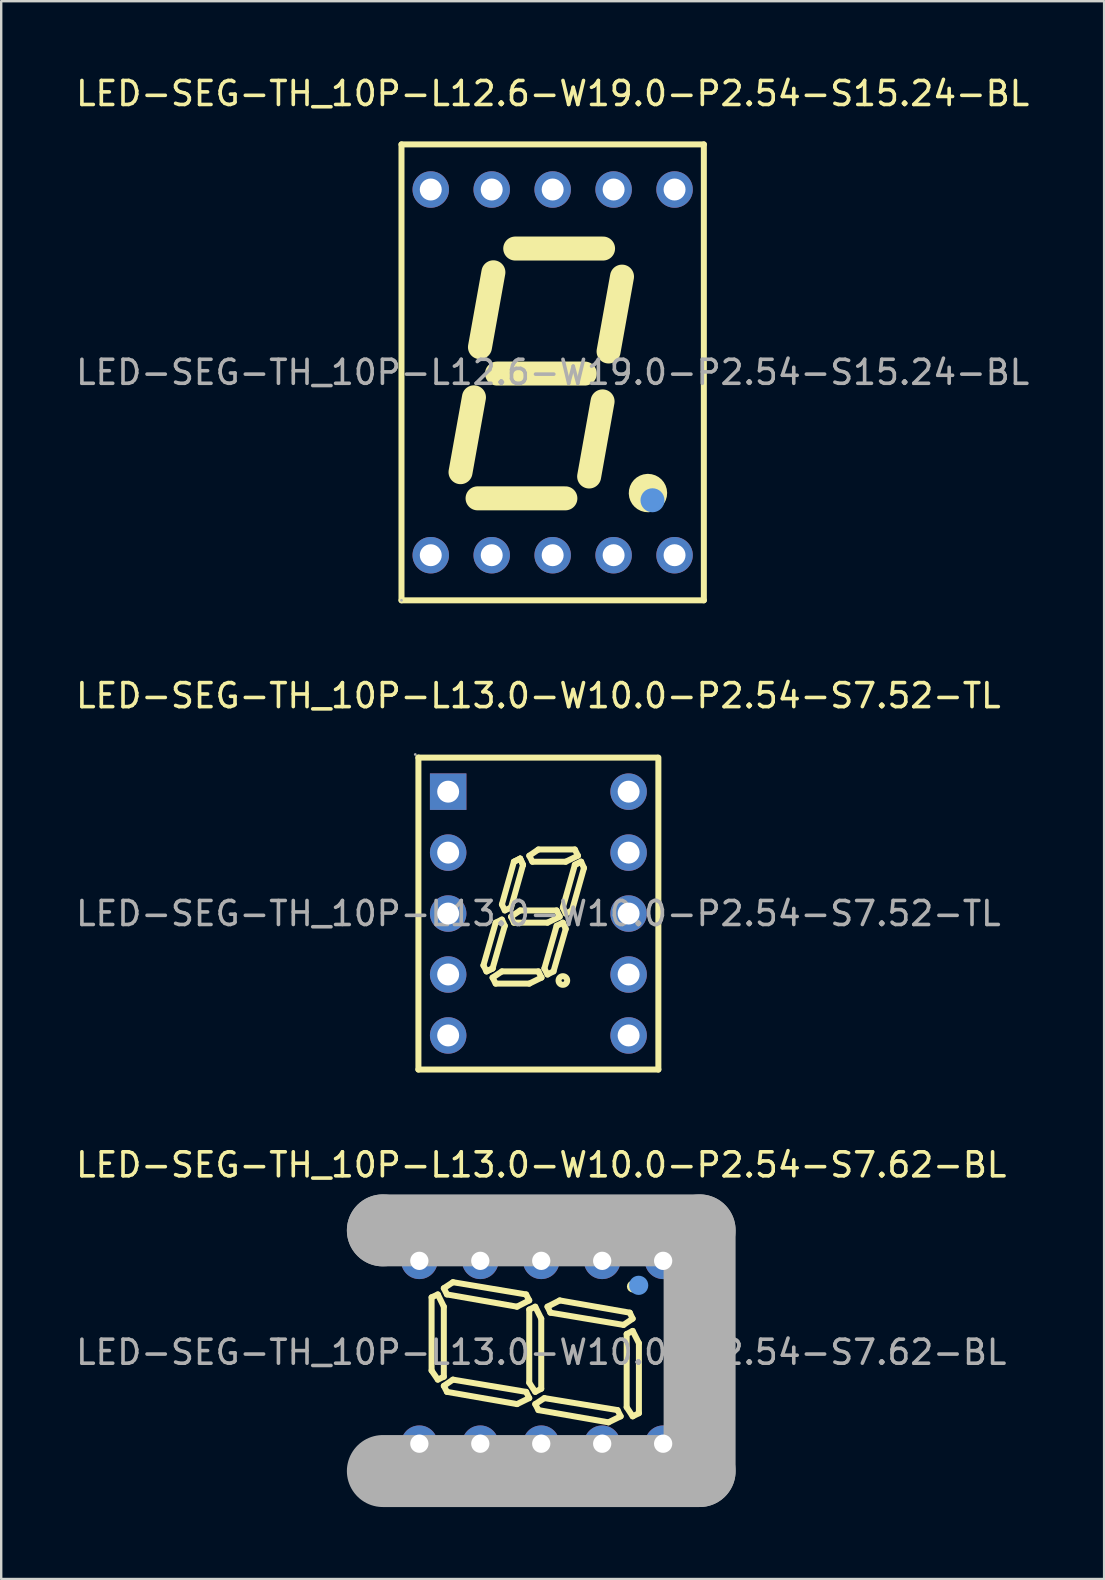
<source format=kicad_pcb>
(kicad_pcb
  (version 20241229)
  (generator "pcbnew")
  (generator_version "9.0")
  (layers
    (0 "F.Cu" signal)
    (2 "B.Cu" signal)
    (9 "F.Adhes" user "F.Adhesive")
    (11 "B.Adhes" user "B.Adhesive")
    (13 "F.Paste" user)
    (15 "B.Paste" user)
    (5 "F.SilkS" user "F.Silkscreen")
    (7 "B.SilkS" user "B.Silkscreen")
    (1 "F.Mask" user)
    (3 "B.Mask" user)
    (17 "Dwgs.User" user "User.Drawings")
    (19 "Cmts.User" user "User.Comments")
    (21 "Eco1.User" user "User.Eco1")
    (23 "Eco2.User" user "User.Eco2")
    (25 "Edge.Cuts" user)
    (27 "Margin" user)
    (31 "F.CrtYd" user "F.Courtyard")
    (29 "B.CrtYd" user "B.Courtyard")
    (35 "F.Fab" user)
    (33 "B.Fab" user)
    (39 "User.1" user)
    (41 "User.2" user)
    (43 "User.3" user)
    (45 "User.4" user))
  (footprint "LED-SEG-TH_10P-L12.6-W19.0-P2.54-S15.24-BL"
    (layer "F.Cu")
    (at 19.982 12.468)
    (property "Reference" "LED-SEG-TH_10P-L12.6-W19.0-P2.54-S15.24-BL" (at 0 -11.62 0) (layer "F.SilkS") (effects (font (size 1 1) (thickness 0.15))))
    (attr through_hole)
    (fp_line (start -6.3 -9.5) (end 6.3 -9.5) (stroke (width 0.25) (type solid)) (layer "F.SilkS"))
    (fp_line (start -6.3 9.5) (end -6.3 -9.5) (stroke (width 0.25) (type solid)) (layer "F.SilkS"))
    (fp_line (start -3.84 4.16) (end -3.28 1.04) (stroke (width 1) (type solid)) (layer "F.SilkS"))
    (fp_line (start -3.03 -1.05) (end -2.47 -4.17) (stroke (width 1) (type solid)) (layer "F.SilkS"))
    (fp_line (start 0.53 5.25) (end -3.13 5.25) (stroke (width 1) (type solid)) (layer "F.SilkS"))
    (fp_line (start 1.34 0.05) (end -2.32 0.05) (stroke (width 1) (type solid)) (layer "F.SilkS"))
    (fp_line (start 1.52 4.34) (end 2.08 1.21) (stroke (width 1) (type solid)) (layer "F.SilkS"))
    (fp_line (start 2.1 -5.16) (end -1.56 -5.16) (stroke (width 1) (type solid)) (layer "F.SilkS"))
    (fp_line (start 2.33 -0.87) (end 2.89 -3.99) (stroke (width 1) (type solid)) (layer "F.SilkS"))
    (fp_line (start 6.3 -9.5) (end 6.3 9.5) (stroke (width 0.25) (type solid)) (layer "F.SilkS"))
    (fp_line (start 6.3 9.5) (end -6.3 9.5) (stroke (width 0.25) (type solid)) (layer "F.SilkS"))
    (fp_arc (start 3.97 4.73) (mid 3.975 5.329958) (end 3.960001 4.730167) (stroke (width 1) (type solid)) (layer "F.SilkS"))
    (fp_circle (center 4.16 5.33) (end 4.41 5.33) (stroke (width 0.5) (type solid)) (fill no) (layer "Cmts.User"))
    (fp_circle (center -6.3 9.5) (end -6.27 9.5) (stroke (width 0.06) (type solid)) (fill no) (layer "F.Fab"))
    (fp_circle (center -5.08 -7.62) (end -4.95 -7.62) (stroke (width 0.25) (type solid)) (fill no) (layer "F.Fab"))
    (fp_circle (center -5.08 7.62) (end -4.95 7.62) (stroke (width 0.25) (type solid)) (fill no) (layer "F.Fab"))
    (fp_circle (center -2.54 -7.62) (end -2.41 -7.62) (stroke (width 0.25) (type solid)) (fill no) (layer "F.Fab"))
    (fp_circle (center -2.54 7.62) (end -2.41 7.62) (stroke (width 0.25) (type solid)) (fill no) (layer "F.Fab"))
    (fp_circle (center 0 -7.62) (end 0.13 -7.62) (stroke (width 0.25) (type solid)) (fill no) (layer "F.Fab"))
    (fp_circle (center 0 7.62) (end 0.13 7.62) (stroke (width 0.25) (type solid)) (fill no) (layer "F.Fab"))
    (fp_circle (center 2.54 -7.62) (end 2.67 -7.62) (stroke (width 0.25) (type solid)) (fill no) (layer "F.Fab"))
    (fp_circle (center 2.54 7.62) (end 2.67 7.62) (stroke (width 0.25) (type solid)) (fill no) (layer "F.Fab"))
    (fp_circle (center 5.08 -7.62) (end 5.21 -7.62) (stroke (width 0.25) (type solid)) (fill no) (layer "F.Fab"))
    (fp_circle (center 5.08 7.62) (end 5.21 7.62) (stroke (width 0.25) (type solid)) (fill no) (layer "F.Fab"))
    (fp_text user "${REFERENCE}" (at 0 0 0) (layer "F.Fab") (effects (font (size 1 1) (thickness 0.15))))
    (pad "1" thru_hole circle (at -5.08 7.62) (size 1.52 1.52) (drill 0.914) (layers "*.Cu" "*.Paste" "*.Mask"))
    (pad "2" thru_hole circle (at -2.54 7.62) (size 1.52 1.52) (drill 0.914) (layers "*.Cu" "*.Paste" "*.Mask"))
    (pad "3" thru_hole circle (at 0 7.62) (size 1.52 1.52) (drill 0.914) (layers "*.Cu" "*.Paste" "*.Mask"))
    (pad "4" thru_hole circle (at 2.54 7.62) (size 1.52 1.52) (drill 0.914) (layers "*.Cu" "*.Paste" "*.Mask"))
    (pad "5" thru_hole circle (at 5.08 7.62) (size 1.52 1.52) (drill 0.914) (layers "*.Cu" "*.Paste" "*.Mask"))
    (pad "6" thru_hole circle (at 5.08 -7.62) (size 1.52 1.52) (drill 0.914) (layers "*.Cu" "*.Paste" "*.Mask"))
    (pad "7" thru_hole circle (at 2.54 -7.62) (size 1.52 1.52) (drill 0.914) (layers "*.Cu" "*.Paste" "*.Mask"))
    (pad "8" thru_hole circle (at 0 -7.62) (size 1.52 1.52) (drill 0.914) (layers "*.Cu" "*.Paste" "*.Mask"))
    (pad "9" thru_hole circle (at -2.54 -7.62) (size 1.52 1.52) (drill 0.914) (layers "*.Cu" "*.Paste" "*.Mask"))
    (pad "10" thru_hole circle (at -5.08 -7.62) (size 1.52 1.52) (drill 0.914) (layers "*.Cu" "*.Paste" "*.Mask")))
  (footprint "LED-SEG-TH_10P-L13.0-W10.0-P2.54-S7.62-BL"
    (layer "F.Cu")
    (at 19.506 53.305)
    (property "Reference" "LED-SEG-TH_10P-L13.0-W10.0-P2.54-S7.62-BL" (at 0 -7.81 0) (layer "F.SilkS") (effects (font (size 1 1) (thickness 0.15))))
    (attr through_hole)
    (fp_line (start -4.57 -2.29) (end -4.31 -2.41) (stroke (width 0.25) (type solid)) (layer "F.SilkS"))
    (fp_line (start -4.57 0.76) (end -4.57 -2.29) (stroke (width 0.25) (type solid)) (layer "F.SilkS"))
    (fp_line (start -4.31 -2.41) (end -4.06 -1.9) (stroke (width 0.25) (type solid)) (layer "F.SilkS"))
    (fp_line (start -4.31 1.14) (end -4.57 0.76) (stroke (width 0.25) (type solid)) (layer "F.SilkS"))
    (fp_line (start -4.06 -2.67) (end -3.68 -2.92) (stroke (width 0.25) (type solid)) (layer "F.SilkS"))
    (fp_line (start -4.06 -1.9) (end -4.06 1.02) (stroke (width 0.25) (type solid)) (layer "F.SilkS"))
    (fp_line (start -4.06 1.02) (end -4.31 1.14) (stroke (width 0.25) (type solid)) (layer "F.SilkS"))
    (fp_line (start -4.06 1.4) (end -3.68 1.14) (stroke (width 0.25) (type solid)) (layer "F.SilkS"))
    (fp_line (start -3.93 -2.41) (end -4.06 -2.67) (stroke (width 0.25) (type solid)) (layer "F.SilkS"))
    (fp_line (start -3.93 1.65) (end -4.06 1.4) (stroke (width 0.25) (type solid)) (layer "F.SilkS"))
    (fp_line (start -3.68 -2.92) (end -0.63 -2.41) (stroke (width 0.25) (type solid)) (layer "F.SilkS"))
    (fp_line (start -3.68 1.14) (end -0.63 1.65) (stroke (width 0.25) (type solid)) (layer "F.SilkS"))
    (fp_line (start -1.01 -1.9) (end -3.93 -2.41) (stroke (width 0.25) (type solid)) (layer "F.SilkS"))
    (fp_line (start -1.01 2.16) (end -3.93 1.65) (stroke (width 0.25) (type solid)) (layer "F.SilkS"))
    (fp_line (start -0.63 -2.41) (end -0.5 -2.16) (stroke (width 0.25) (type solid)) (layer "F.SilkS"))
    (fp_line (start -0.63 1.65) (end -0.5 1.91) (stroke (width 0.25) (type solid)) (layer "F.SilkS"))
    (fp_line (start -0.5 -2.16) (end -1.01 -1.9) (stroke (width 0.25) (type solid)) (layer "F.SilkS"))
    (fp_line (start -0.5 -1.78) (end -0.5 1.27) (stroke (width 0.25) (type solid)) (layer "F.SilkS"))
    (fp_line (start -0.5 1.27) (end -0.25 1.65) (stroke (width 0.25) (type solid)) (layer "F.SilkS"))
    (fp_line (start -0.5 1.91) (end -1.01 2.16) (stroke (width 0.25) (type solid)) (layer "F.SilkS"))
    (fp_line (start -0.25 -1.9) (end -0.5 -1.78) (stroke (width 0.25) (type solid)) (layer "F.SilkS"))
    (fp_line (start -0.25 1.65) (end 0 1.52) (stroke (width 0.25) (type solid)) (layer "F.SilkS"))
    (fp_line (start -0.25 2.16) (end 0.13 1.91) (stroke (width 0.25) (type solid)) (layer "F.SilkS"))
    (fp_line (start -0.12 2.41) (end -0.25 2.16) (stroke (width 0.25) (type solid)) (layer "F.SilkS"))
    (fp_line (start 0 -1.4) (end -0.25 -1.9) (stroke (width 0.25) (type solid)) (layer "F.SilkS"))
    (fp_line (start 0 1.52) (end 0 -1.4) (stroke (width 0.25) (type solid)) (layer "F.SilkS"))
    (fp_line (start 0.13 1.91) (end 3.18 2.41) (stroke (width 0.25) (type solid)) (layer "F.SilkS"))
    (fp_line (start 0.26 -1.9) (end 0.38 -1.65) (stroke (width 0.25) (type solid)) (layer "F.SilkS"))
    (fp_line (start 0.38 -1.65) (end 3.43 -1.14) (stroke (width 0.25) (type solid)) (layer "F.SilkS"))
    (fp_line (start 0.77 -2.16) (end 0.26 -1.9) (stroke (width 0.25) (type solid)) (layer "F.SilkS"))
    (fp_line (start 2.8 2.92) (end -0.12 2.41) (stroke (width 0.25) (type solid)) (layer "F.SilkS"))
    (fp_line (start 3.18 2.41) (end 3.31 2.67) (stroke (width 0.25) (type solid)) (layer "F.SilkS"))
    (fp_line (start 3.31 2.67) (end 2.8 2.92) (stroke (width 0.25) (type solid)) (layer "F.SilkS"))
    (fp_line (start 3.43 -1.14) (end 3.81 -1.4) (stroke (width 0.25) (type solid)) (layer "F.SilkS"))
    (fp_line (start 3.56 -0.76) (end 3.56 2.29) (stroke (width 0.25) (type solid)) (layer "F.SilkS"))
    (fp_line (start 3.56 2.29) (end 3.81 2.67) (stroke (width 0.25) (type solid)) (layer "F.SilkS"))
    (fp_line (start 3.69 -1.65) (end 0.77 -2.16) (stroke (width 0.25) (type solid)) (layer "F.SilkS"))
    (fp_line (start 3.81 -1.4) (end 3.69 -1.65) (stroke (width 0.25) (type solid)) (layer "F.SilkS"))
    (fp_line (start 3.81 -0.89) (end 3.56 -0.76) (stroke (width 0.25) (type solid)) (layer "F.SilkS"))
    (fp_line (start 3.81 2.67) (end 4.07 2.54) (stroke (width 0.25) (type solid)) (layer "F.SilkS"))
    (fp_line (start 4.07 -0.38) (end 3.81 -0.89) (stroke (width 0.25) (type solid)) (layer "F.SilkS"))
    (fp_line (start 4.07 2.54) (end 4.07 -0.38) (stroke (width 0.25) (type solid)) (layer "F.SilkS"))
    (fp_arc (start 3.82 -2.74) (mid 3.82 -2.74) (end 3.82 -2.74) (stroke (width 0.25) (type solid)) (layer "F.SilkS"))
    (fp_circle (center 4.06 -2.79) (end 4.26 -2.79) (stroke (width 0.4) (type solid)) (fill no) (layer "Cmts.User"))
    (fp_line (start -6.6 -5.08) (end -6.6 -5.08) (stroke (width 3) (type solid)) (layer "F.Fab"))
    (fp_line (start -6.6 -5.08) (end 6.6 -5.08) (stroke (width 3) (type solid)) (layer "F.Fab"))
    (fp_line (start 6.6 -5.08) (end 6.6 4.95) (stroke (width 3) (type solid)) (layer "F.Fab"))
    (fp_line (start 6.6 4.95) (end -6.6 4.95) (stroke (width 3) (type solid)) (layer "F.Fab"))
    (fp_circle (center -6.5 5) (end -6.47 5) (stroke (width 0.06) (type solid)) (fill no) (layer "F.Fab"))
    (fp_circle (center -5.08 -3.81) (end -4.97 -3.81) (stroke (width 0.22) (type solid)) (fill no) (layer "F.Fab"))
    (fp_circle (center -5.08 3.81) (end -4.97 3.81) (stroke (width 0.22) (type solid)) (fill no) (layer "F.Fab"))
    (fp_circle (center -2.54 -3.81) (end -2.43 -3.81) (stroke (width 0.22) (type solid)) (fill no) (layer "F.Fab"))
    (fp_circle (center -2.54 3.81) (end -2.43 3.81) (stroke (width 0.22) (type solid)) (fill no) (layer "F.Fab"))
    (fp_circle (center 0 -3.81) (end 0.11 -3.81) (stroke (width 0.22) (type solid)) (fill no) (layer "F.Fab"))
    (fp_circle (center 0 3.81) (end 0.11 3.81) (stroke (width 0.22) (type solid)) (fill no) (layer "F.Fab"))
    (fp_circle (center 2.54 -3.81) (end 2.65 -3.81) (stroke (width 0.22) (type solid)) (fill no) (layer "F.Fab"))
    (fp_circle (center 2.54 3.81) (end 2.65 3.81) (stroke (width 0.22) (type solid)) (fill no) (layer "F.Fab"))
    (fp_circle (center 5.08 -3.81) (end 5.19 -3.81) (stroke (width 0.22) (type solid)) (fill no) (layer "F.Fab"))
    (fp_circle (center 5.08 3.81) (end 5.19 3.81) (stroke (width 0.22) (type solid)) (fill no) (layer "F.Fab"))
    (fp_text user "${REFERENCE}" (at 0 0 0) (layer "F.Fab") (effects (font (size 1 1) (thickness 0.15))))
    (pad "1" thru_hole circle (at -5.08 3.81) (size 1.52 1.52) (drill 0.762) (layers "*.Cu" "*.Paste" "*.Mask"))
    (pad "2" thru_hole circle (at -2.54 3.81) (size 1.52 1.52) (drill 0.762) (layers "*.Cu" "*.Paste" "*.Mask"))
    (pad "3" thru_hole circle (at 0 3.81) (size 1.52 1.52) (drill 0.762) (layers "*.Cu" "*.Paste" "*.Mask"))
    (pad "4" thru_hole circle (at 2.54 3.81) (size 1.52 1.52) (drill 0.762) (layers "*.Cu" "*.Paste" "*.Mask"))
    (pad "5" thru_hole circle (at 5.08 3.81) (size 1.52 1.52) (drill 0.762) (layers "*.Cu" "*.Paste" "*.Mask"))
    (pad "6" thru_hole circle (at 5.08 -3.81) (size 1.52 1.52) (drill 0.762) (layers "*.Cu" "*.Paste" "*.Mask"))
    (pad "7" thru_hole circle (at 2.54 -3.81) (size 1.52 1.52) (drill 0.762) (layers "*.Cu" "*.Paste" "*.Mask"))
    (pad "8" thru_hole circle (at 0 -3.81) (size 1.52 1.52) (drill 0.762) (layers "*.Cu" "*.Paste" "*.Mask"))
    (pad "9" thru_hole circle (at -2.54 -3.81) (size 1.52 1.52) (drill 0.762) (layers "*.Cu" "*.Paste" "*.Mask"))
    (pad "10" thru_hole circle (at -5.08 -3.81) (size 1.52 1.52) (drill 0.762) (layers "*.Cu" "*.Paste" "*.Mask")))
  (footprint "LED-SEG-TH_10P-L13.0-W10.0-P2.54-S7.52-TL"
    (layer "F.Cu")
    (at 19.387 35.022)
    (property "Reference" "LED-SEG-TH_10P-L13.0-W10.0-P2.54-S7.52-TL" (at 0 -9.08 0) (layer "F.SilkS") (effects (font (size 1 1) (thickness 0.15))))
    (attr through_hole)
    (fp_line (start -5 -6.5) (end -5 6.5) (stroke (width 0.25) (type solid)) (layer "F.SilkS"))
    (fp_line (start -5 -6.5) (end 4.95 -6.5) (stroke (width 0.25) (type solid)) (layer "F.SilkS"))
    (fp_line (start -5 6.5) (end 5 6.5) (stroke (width 0.25) (type solid)) (layer "F.SilkS"))
    (fp_line (start -2.29 2.16) (end -2.16 2.41) (stroke (width 0.25) (type solid)) (layer "F.SilkS"))
    (fp_line (start -2.16 2.41) (end -1.91 2.29) (stroke (width 0.25) (type solid)) (layer "F.SilkS"))
    (fp_line (start -2.16 2.41) (end -1.91 2.29) (stroke (width 0.25) (type solid)) (layer "F.SilkS"))
    (fp_line (start -1.91 2.29) (end -1.4 0.51) (stroke (width 0.25) (type solid)) (layer "F.SilkS"))
    (fp_line (start -1.91 2.67) (end -1.52 2.41) (stroke (width 0.25) (type solid)) (layer "F.SilkS"))
    (fp_line (start -1.78 0.38) (end -2.29 2.16) (stroke (width 0.25) (type solid)) (layer "F.SilkS"))
    (fp_line (start -1.78 2.92) (end -1.91 2.67) (stroke (width 0.25) (type solid)) (layer "F.SilkS"))
    (fp_line (start -1.52 -0.38) (end -1.4 -0.13) (stroke (width 0.25) (type solid)) (layer "F.SilkS"))
    (fp_line (start -1.52 0.25) (end -1.78 0.38) (stroke (width 0.25) (type solid)) (layer "F.SilkS"))
    (fp_line (start -1.52 2.41) (end 0 2.41) (stroke (width 0.25) (type solid)) (layer "F.SilkS"))
    (fp_line (start -1.4 -0.13) (end -1.14 -0.25) (stroke (width 0.25) (type solid)) (layer "F.SilkS"))
    (fp_line (start -1.4 0.51) (end -1.52 0.25) (stroke (width 0.25) (type solid)) (layer "F.SilkS"))
    (fp_line (start -1.14 -0.25) (end -0.64 -2.03) (stroke (width 0.25) (type solid)) (layer "F.SilkS"))
    (fp_line (start -1.14 0.13) (end -0.76 -0.13) (stroke (width 0.25) (type solid)) (layer "F.SilkS"))
    (fp_line (start -1.02 -2.16) (end -1.52 -0.38) (stroke (width 0.25) (type solid)) (layer "F.SilkS"))
    (fp_line (start -1.02 -2.16) (end -0.76 -2.29) (stroke (width 0.25) (type solid)) (layer "F.SilkS"))
    (fp_line (start -1.02 0.38) (end -1.14 0.13) (stroke (width 0.25) (type solid)) (layer "F.SilkS"))
    (fp_line (start -0.76 -2.29) (end -1.02 -2.16) (stroke (width 0.25) (type solid)) (layer "F.SilkS"))
    (fp_line (start -0.76 -2.29) (end -0.64 -2.03) (stroke (width 0.25) (type solid)) (layer "F.SilkS"))
    (fp_line (start -0.76 -0.13) (end 0.76 -0.13) (stroke (width 0.25) (type solid)) (layer "F.SilkS"))
    (fp_line (start -0.64 -2.03) (end -0.76 -2.29) (stroke (width 0.25) (type solid)) (layer "F.SilkS"))
    (fp_line (start -0.38 -2.41) (end 0 -2.67) (stroke (width 0.25) (type solid)) (layer "F.SilkS"))
    (fp_line (start -0.38 2.92) (end -1.78 2.92) (stroke (width 0.25) (type solid)) (layer "F.SilkS"))
    (fp_line (start -0.25 -2.16) (end -0.38 -2.41) (stroke (width 0.25) (type solid)) (layer "F.SilkS"))
    (fp_line (start 0 -2.67) (end 1.52 -2.67) (stroke (width 0.25) (type solid)) (layer "F.SilkS"))
    (fp_line (start 0 2.41) (end 0.13 2.67) (stroke (width 0.25) (type solid)) (layer "F.SilkS"))
    (fp_line (start 0.13 2.67) (end -0.38 2.92) (stroke (width 0.25) (type solid)) (layer "F.SilkS"))
    (fp_line (start 0.25 2.29) (end 0.38 2.54) (stroke (width 0.25) (type solid)) (layer "F.SilkS"))
    (fp_line (start 0.38 0.38) (end -1.02 0.38) (stroke (width 0.25) (type solid)) (layer "F.SilkS"))
    (fp_line (start 0.38 2.54) (end 0.63 2.41) (stroke (width 0.25) (type solid)) (layer "F.SilkS"))
    (fp_line (start 0.63 2.41) (end 1.14 0.64) (stroke (width 0.25) (type solid)) (layer "F.SilkS"))
    (fp_line (start 0.76 -0.13) (end 0.89 0.13) (stroke (width 0.25) (type solid)) (layer "F.SilkS"))
    (fp_line (start 0.76 0.51) (end 0.25 2.29) (stroke (width 0.25) (type solid)) (layer "F.SilkS"))
    (fp_line (start 0.89 0.13) (end 0.38 0.38) (stroke (width 0.25) (type solid)) (layer "F.SilkS"))
    (fp_line (start 1.02 -0.25) (end 1.52 -2.03) (stroke (width 0.25) (type solid)) (layer "F.SilkS"))
    (fp_line (start 1.02 0.38) (end 0.76 0.51) (stroke (width 0.25) (type solid)) (layer "F.SilkS"))
    (fp_line (start 1.14 -2.16) (end -0.25 -2.16) (stroke (width 0.25) (type solid)) (layer "F.SilkS"))
    (fp_line (start 1.14 0) (end 1.02 -0.25) (stroke (width 0.25) (type solid)) (layer "F.SilkS"))
    (fp_line (start 1.14 0.64) (end 1.02 0.38) (stroke (width 0.25) (type solid)) (layer "F.SilkS"))
    (fp_line (start 1.4 -0.13) (end 1.14 0) (stroke (width 0.25) (type solid)) (layer "F.SilkS"))
    (fp_line (start 1.52 -2.67) (end 1.65 -2.41) (stroke (width 0.25) (type solid)) (layer "F.SilkS"))
    (fp_line (start 1.52 -2.03) (end 1.78 -2.16) (stroke (width 0.25) (type solid)) (layer "F.SilkS"))
    (fp_line (start 1.65 -2.41) (end 1.14 -2.16) (stroke (width 0.25) (type solid)) (layer "F.SilkS"))
    (fp_line (start 1.78 -2.16) (end 1.52 -2.03) (stroke (width 0.25) (type solid)) (layer "F.SilkS"))
    (fp_line (start 1.78 -2.16) (end 1.9 -1.9) (stroke (width 0.25) (type solid)) (layer "F.SilkS"))
    (fp_line (start 1.9 -1.9) (end 1.4 -0.13) (stroke (width 0.25) (type solid)) (layer "F.SilkS"))
    (fp_line (start 5 -6.5) (end 5 6.5) (stroke (width 0.25) (type solid)) (layer "F.SilkS"))
    (fp_circle (center 1.02 2.79) (end 1.2 2.79) (stroke (width 0.25) (type solid)) (fill no) (layer "F.SilkS"))
    (fp_circle (center -5.13 -6.63) (end -5.1 -6.63) (stroke (width 0.06) (type solid)) (fill no) (layer "F.Fab"))
    (fp_circle (center -3.76 -5.08) (end -3.58 -5.08) (stroke (width 0.36) (type solid)) (fill no) (layer "F.Fab"))
    (fp_circle (center -3.76 -2.54) (end -3.58 -2.54) (stroke (width 0.36) (type solid)) (fill no) (layer "F.Fab"))
    (fp_circle (center -3.76 0) (end -3.58 0) (stroke (width 0.36) (type solid)) (fill no) (layer "F.Fab"))
    (fp_circle (center -3.76 2.54) (end -3.58 2.54) (stroke (width 0.36) (type solid)) (fill no) (layer "F.Fab"))
    (fp_circle (center -3.76 5.08) (end -3.58 5.08) (stroke (width 0.36) (type solid)) (fill no) (layer "F.Fab"))
    (fp_circle (center 3.76 -5.08) (end 3.94 -5.08) (stroke (width 0.36) (type solid)) (fill no) (layer "F.Fab"))
    (fp_circle (center 3.76 -2.54) (end 3.94 -2.54) (stroke (width 0.36) (type solid)) (fill no) (layer "F.Fab"))
    (fp_circle (center 3.76 0) (end 3.94 0) (stroke (width 0.36) (type solid)) (fill no) (layer "F.Fab"))
    (fp_circle (center 3.76 2.54) (end 3.94 2.54) (stroke (width 0.36) (type solid)) (fill no) (layer "F.Fab"))
    (fp_circle (center 3.76 5.08) (end 3.94 5.08) (stroke (width 0.36) (type solid)) (fill no) (layer "F.Fab"))
    (fp_text user "${REFERENCE}" (at 0 0 0) (layer "F.Fab") (effects (font (size 1 1) (thickness 0.15))))
    (pad "1" thru_hole rect (at -3.76 -5.08) (size 1.52 1.52) (drill 0.914) (layers "*.Cu" "*.Paste" "*.Mask"))
    (pad "2" thru_hole circle (at -3.76 -2.54) (size 1.52 1.52) (drill 0.914) (layers "*.Cu" "*.Paste" "*.Mask"))
    (pad "3" thru_hole circle (at -3.76 0) (size 1.52 1.52) (drill 0.914) (layers "*.Cu" "*.Paste" "*.Mask"))
    (pad "4" thru_hole circle (at -3.76 2.54) (size 1.52 1.52) (drill 0.914) (layers "*.Cu" "*.Paste" "*.Mask"))
    (pad "5" thru_hole circle (at -3.76 5.08) (size 1.52 1.52) (drill 0.914) (layers "*.Cu" "*.Paste" "*.Mask"))
    (pad "6" thru_hole circle (at 3.76 5.08) (size 1.52 1.52) (drill 0.914) (layers "*.Cu" "*.Paste" "*.Mask"))
    (pad "7" thru_hole circle (at 3.76 2.54) (size 1.52 1.52) (drill 0.914) (layers "*.Cu" "*.Paste" "*.Mask"))
    (pad "8" thru_hole circle (at 3.76 0) (size 1.52 1.52) (drill 0.914) (layers "*.Cu" "*.Paste" "*.Mask"))
    (pad "9" thru_hole circle (at 3.76 -2.54) (size 1.52 1.52) (drill 0.914) (layers "*.Cu" "*.Paste" "*.Mask"))
    (pad "10" thru_hole circle (at 3.76 -5.08) (size 1.52 1.52) (drill 0.914) (layers "*.Cu" "*.Paste" "*.Mask")))
  (gr_rect
    (start -3 -3)
    (end 42.964 62.755)
    (stroke (width 0.1) (type default))
    (fill no)
    (layer "Edge.Cuts")))
</source>
